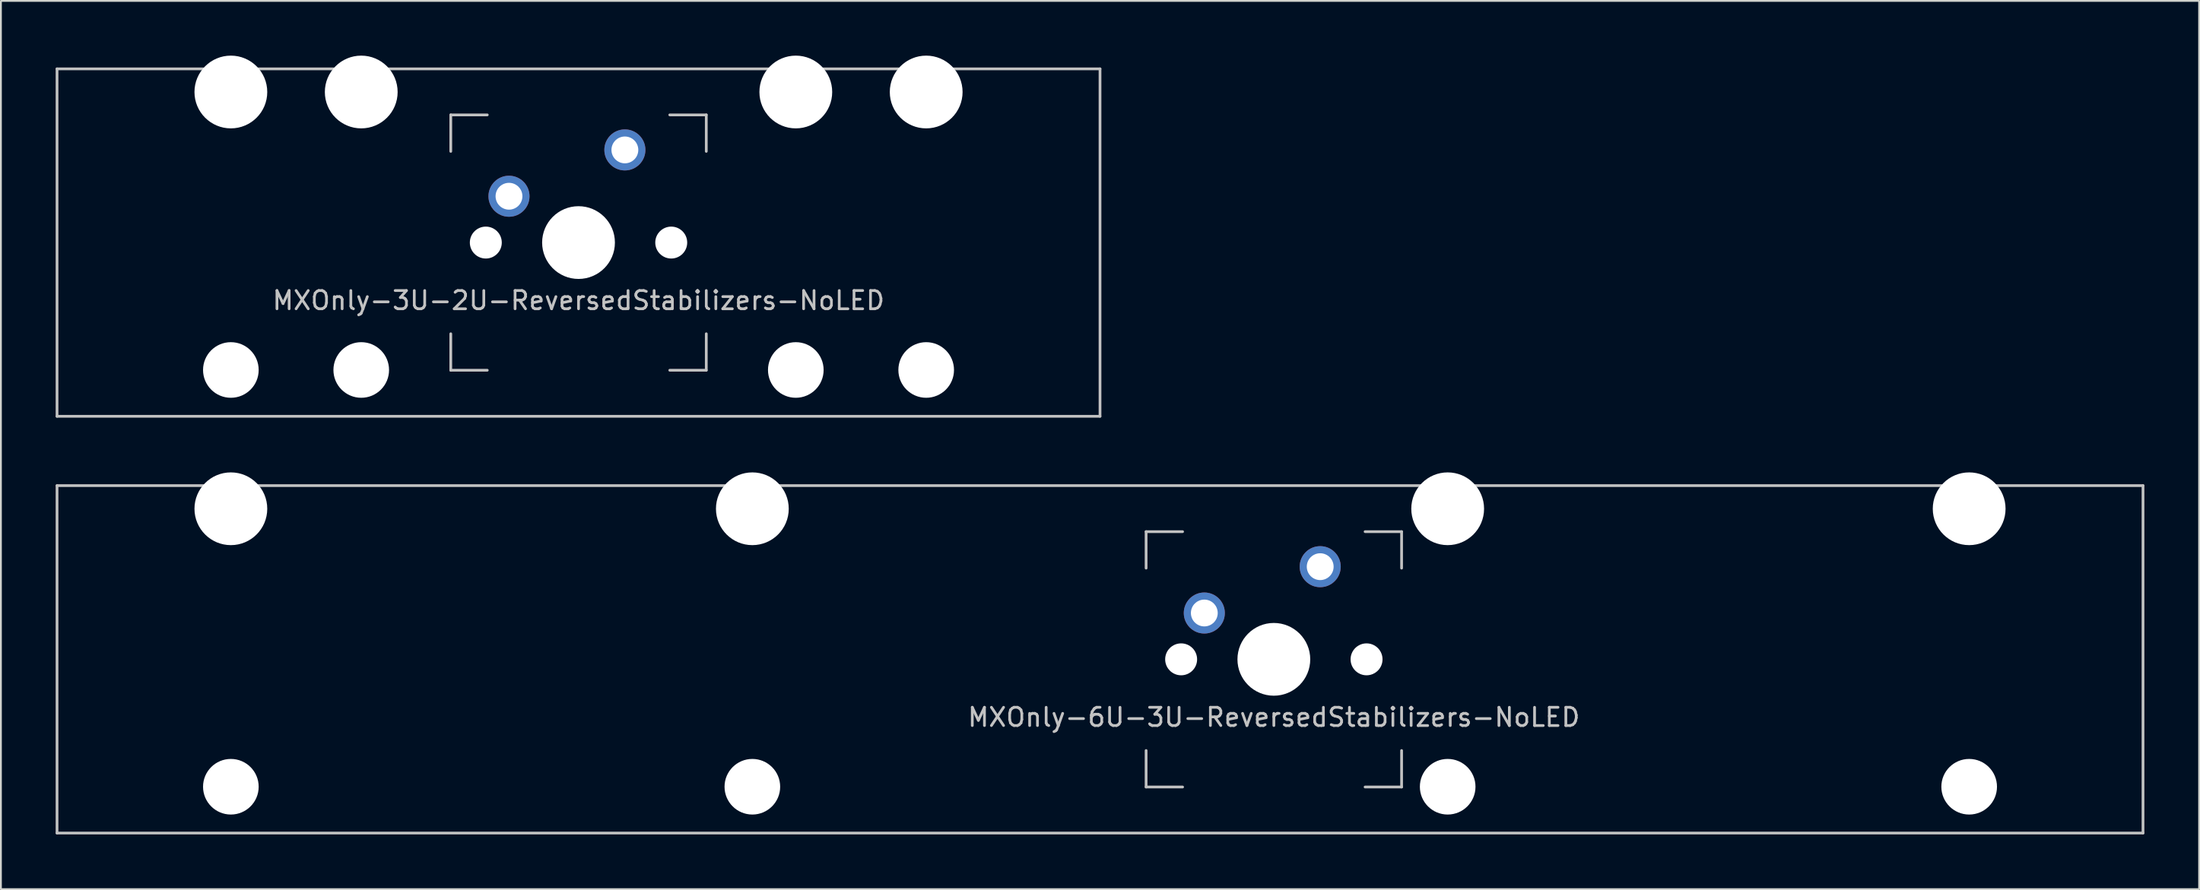
<source format=kicad_pcb>
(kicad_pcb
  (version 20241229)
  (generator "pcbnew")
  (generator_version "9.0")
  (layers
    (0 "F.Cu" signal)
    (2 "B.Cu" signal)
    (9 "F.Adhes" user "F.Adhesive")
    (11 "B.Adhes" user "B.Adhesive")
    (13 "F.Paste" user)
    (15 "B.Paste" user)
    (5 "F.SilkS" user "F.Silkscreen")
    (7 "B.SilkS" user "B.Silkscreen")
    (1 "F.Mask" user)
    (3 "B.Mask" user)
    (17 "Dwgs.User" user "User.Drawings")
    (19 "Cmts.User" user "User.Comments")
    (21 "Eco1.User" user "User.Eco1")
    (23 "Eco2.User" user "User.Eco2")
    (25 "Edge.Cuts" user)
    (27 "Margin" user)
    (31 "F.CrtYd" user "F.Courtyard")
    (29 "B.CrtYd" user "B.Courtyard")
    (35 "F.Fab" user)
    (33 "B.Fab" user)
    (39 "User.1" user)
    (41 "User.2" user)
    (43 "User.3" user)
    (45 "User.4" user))
  (footprint "MXOnly-3U-2U-ReversedStabilizers-NoLED"
    (layer "F.Cu")
    (at 28.65 10.249)
    (property "Reference" "MXOnly-3U-2U-ReversedStabilizers-NoLED" (at 0 3.175 0) (layer "Dwgs.User") (effects (font (size 1 1) (thickness 0.15))))
    (attr through_hole)
    (fp_line (start -28.575 -9.525) (end 28.575 -9.525) (stroke (width 0.15) (type solid)) (layer "Dwgs.User"))
    (fp_line (start -28.575 9.525) (end -28.575 -9.525) (stroke (width 0.15) (type solid)) (layer "Dwgs.User"))
    (fp_line (start -28.575 9.525) (end 28.575 9.525) (stroke (width 0.15) (type solid)) (layer "Dwgs.User"))
    (fp_line (start -7 -7) (end -7 -5) (stroke (width 0.15) (type solid)) (layer "Dwgs.User"))
    (fp_line (start -7 5) (end -7 7) (stroke (width 0.15) (type solid)) (layer "Dwgs.User"))
    (fp_line (start -7 7) (end -5 7) (stroke (width 0.15) (type solid)) (layer "Dwgs.User"))
    (fp_line (start -5 -7) (end -7 -7) (stroke (width 0.15) (type solid)) (layer "Dwgs.User"))
    (fp_line (start 5 -7) (end 7 -7) (stroke (width 0.15) (type solid)) (layer "Dwgs.User"))
    (fp_line (start 5 7) (end 7 7) (stroke (width 0.15) (type solid)) (layer "Dwgs.User"))
    (fp_line (start 7 -7) (end 7 -5) (stroke (width 0.15) (type solid)) (layer "Dwgs.User"))
    (fp_line (start 7 7) (end 7 5) (stroke (width 0.15) (type solid)) (layer "Dwgs.User"))
    (fp_line (start 28.575 -9.525) (end 28.575 9.525) (stroke (width 0.15) (type solid)) (layer "Dwgs.User"))
    (pad "" np_thru_hole circle (at -19.05 -8.255) (size 3.988 3.988) (drill 3.988) (layers "*.Cu" "*.Mask"))
    (pad "" np_thru_hole circle (at -19.05 6.985) (size 3.048 3.048) (drill 3.048) (layers "*.Cu" "*.Mask"))
    (pad "" np_thru_hole circle (at -11.906 -8.255) (size 3.988 3.988) (drill 3.988) (layers "*.Cu" "*.Mask"))
    (pad "" np_thru_hole circle (at -11.906 6.985) (size 3.048 3.048) (drill 3.048) (layers "*.Cu" "*.Mask"))
    (pad "" np_thru_hole circle (at -5.08 0 48.1) (size 1.75 1.75) (drill 1.75) (layers "*.Cu" "*.Mask"))
    (pad "" np_thru_hole circle (at 0 0) (size 3.988 3.988) (drill 3.988) (layers "*.Cu" "*.Mask"))
    (pad "" np_thru_hole circle (at 5.08 0 48.1) (size 1.75 1.75) (drill 1.75) (layers "*.Cu" "*.Mask"))
    (pad "" np_thru_hole circle (at 11.906 -8.255) (size 3.988 3.988) (drill 3.988) (layers "*.Cu" "*.Mask"))
    (pad "" np_thru_hole circle (at 11.906 6.985) (size 3.048 3.048) (drill 3.048) (layers "*.Cu" "*.Mask"))
    (pad "" np_thru_hole circle (at 19.05 -8.255) (size 3.988 3.988) (drill 3.988) (layers "*.Cu" "*.Mask"))
    (pad "" np_thru_hole circle (at 19.05 6.985) (size 3.048 3.048) (drill 3.048) (layers "*.Cu" "*.Mask"))
    (pad "1" thru_hole circle (at -3.81 -2.54 48.1) (size 2.25 2.25) (drill 1.47) (layers "*.Cu" "B.Mask"))
    (pad "2" thru_hole circle (at 2.54 -5.08) (size 2.25 2.25) (drill 1.47) (layers "*.Cu" "B.Mask")))
  (footprint "MXOnly-6U-3U-ReversedStabilizers-NoLED"
    (layer "F.Cu")
    (at 57.225 33.098)
    (property "Reference" "MXOnly-6U-3U-ReversedStabilizers-NoLED" (at 9.525 3.175 0) (layer "Dwgs.User") (effects (font (size 1 1) (thickness 0.15))))
    (attr through_hole)
    (fp_line (start -57.15 -9.525) (end 57.15 -9.525) (stroke (width 0.15) (type solid)) (layer "Dwgs.User"))
    (fp_line (start -57.15 9.525) (end -57.15 -9.525) (stroke (width 0.15) (type solid)) (layer "Dwgs.User"))
    (fp_line (start -57.15 9.525) (end 57.15 9.525) (stroke (width 0.15) (type solid)) (layer "Dwgs.User"))
    (fp_line (start 2.525 -7) (end 2.525 -5) (stroke (width 0.15) (type solid)) (layer "Dwgs.User"))
    (fp_line (start 2.525 5) (end 2.525 7) (stroke (width 0.15) (type solid)) (layer "Dwgs.User"))
    (fp_line (start 2.525 7) (end 4.525 7) (stroke (width 0.15) (type solid)) (layer "Dwgs.User"))
    (fp_line (start 4.525 -7) (end 2.525 -7) (stroke (width 0.15) (type solid)) (layer "Dwgs.User"))
    (fp_line (start 14.525 -7) (end 16.525 -7) (stroke (width 0.15) (type solid)) (layer "Dwgs.User"))
    (fp_line (start 14.525 7) (end 16.525 7) (stroke (width 0.15) (type solid)) (layer "Dwgs.User"))
    (fp_line (start 16.525 -7) (end 16.525 -5) (stroke (width 0.15) (type solid)) (layer "Dwgs.User"))
    (fp_line (start 16.525 7) (end 16.525 5) (stroke (width 0.15) (type solid)) (layer "Dwgs.User"))
    (fp_line (start 57.15 -9.525) (end 57.15 9.525) (stroke (width 0.15) (type solid)) (layer "Dwgs.User"))
    (pad "" np_thru_hole circle (at -47.625 -8.255) (size 3.988 3.988) (drill 3.988) (layers "*.Cu" "*.Mask"))
    (pad "" np_thru_hole circle (at -47.625 6.985) (size 3.048 3.048) (drill 3.048) (layers "*.Cu" "*.Mask"))
    (pad "" np_thru_hole circle (at -19.05 -8.255) (size 3.988 3.988) (drill 3.988) (layers "*.Cu" "*.Mask"))
    (pad "" np_thru_hole circle (at -19.05 6.985) (size 3.048 3.048) (drill 3.048) (layers "*.Cu" "*.Mask"))
    (pad "" np_thru_hole circle (at 4.445 0 48.1) (size 1.75 1.75) (drill 1.75) (layers "*.Cu" "*.Mask"))
    (pad "" np_thru_hole circle (at 9.525 0) (size 3.988 3.988) (drill 3.988) (layers "*.Cu" "*.Mask"))
    (pad "" np_thru_hole circle (at 14.605 0 48.1) (size 1.75 1.75) (drill 1.75) (layers "*.Cu" "*.Mask"))
    (pad "" np_thru_hole circle (at 19.05 -8.255) (size 3.988 3.988) (drill 3.988) (layers "*.Cu" "*.Mask"))
    (pad "" np_thru_hole circle (at 19.05 6.985) (size 3.048 3.048) (drill 3.048) (layers "*.Cu" "*.Mask"))
    (pad "" np_thru_hole circle (at 47.625 -8.255) (size 3.988 3.988) (drill 3.988) (layers "*.Cu" "*.Mask"))
    (pad "" np_thru_hole circle (at 47.625 6.985) (size 3.048 3.048) (drill 3.048) (layers "*.Cu" "*.Mask"))
    (pad "1" thru_hole circle (at 5.715 -2.54) (size 2.25 2.25) (drill 1.47) (layers "*.Cu" "B.Mask"))
    (pad "2" thru_hole circle (at 12.065 -5.08) (size 2.25 2.25) (drill 1.47) (layers "*.Cu" "B.Mask")))
  (gr_rect
    (start -3 -3)
    (end 117.45 45.698)
    (stroke (width 0.1) (type default))
    (fill no)
    (layer "Edge.Cuts")))
</source>
